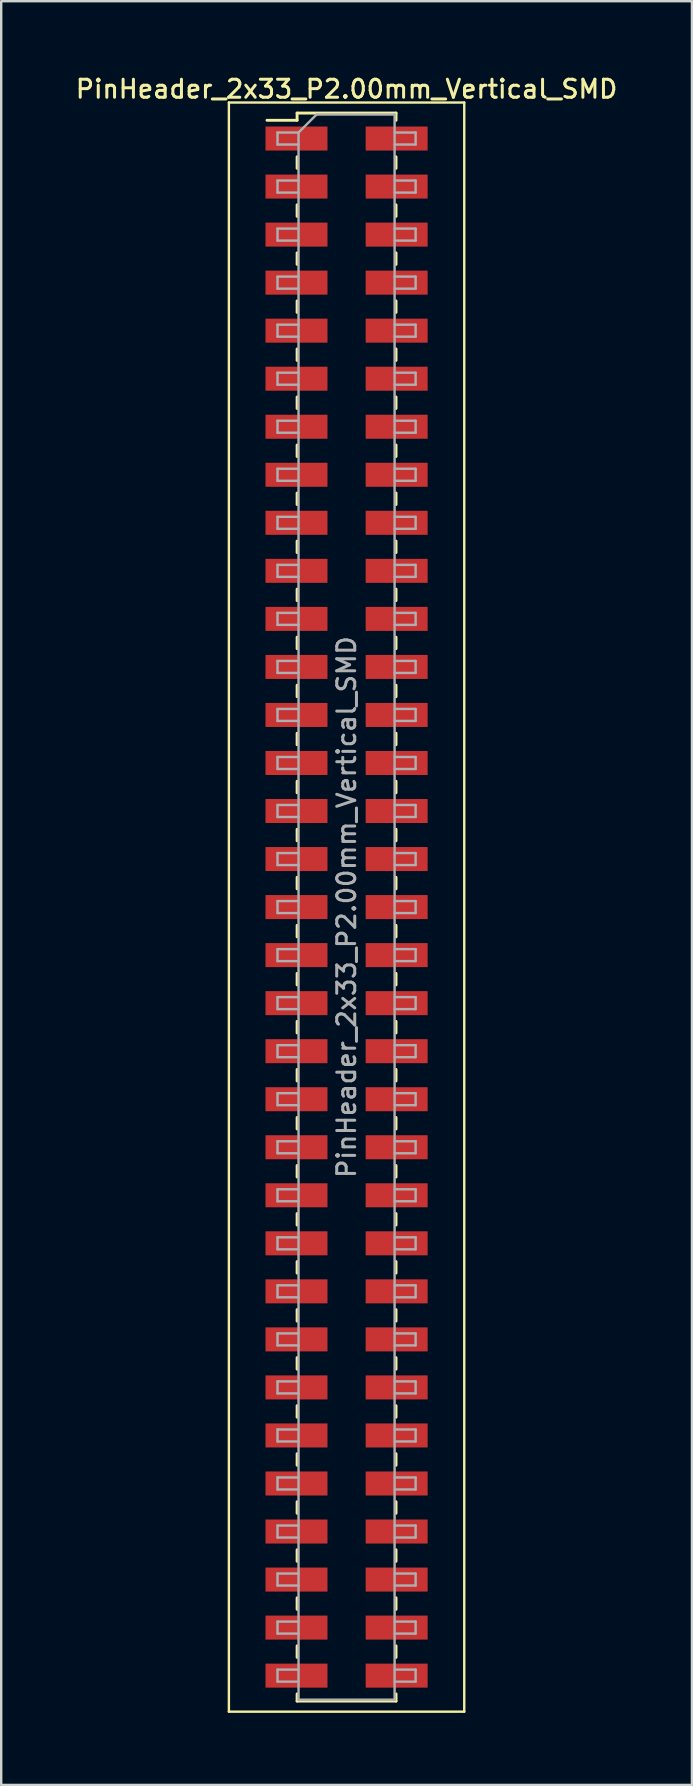
<source format=kicad_pcb>
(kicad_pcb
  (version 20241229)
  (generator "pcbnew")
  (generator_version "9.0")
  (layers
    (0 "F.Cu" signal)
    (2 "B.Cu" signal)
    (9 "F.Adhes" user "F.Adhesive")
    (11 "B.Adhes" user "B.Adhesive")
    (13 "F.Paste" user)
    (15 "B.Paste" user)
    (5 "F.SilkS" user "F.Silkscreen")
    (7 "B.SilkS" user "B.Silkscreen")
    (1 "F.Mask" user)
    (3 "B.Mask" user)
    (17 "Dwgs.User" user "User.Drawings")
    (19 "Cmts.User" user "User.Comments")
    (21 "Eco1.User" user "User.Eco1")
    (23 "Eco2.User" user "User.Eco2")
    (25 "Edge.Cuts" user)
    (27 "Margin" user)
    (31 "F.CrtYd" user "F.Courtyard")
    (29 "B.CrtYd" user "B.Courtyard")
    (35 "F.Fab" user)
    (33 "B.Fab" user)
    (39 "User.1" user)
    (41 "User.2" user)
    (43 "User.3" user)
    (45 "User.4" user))
  (footprint "PinHeader_2x33_P2.00mm_Vertical_SMD"
    (layer "F.Cu")
    (at 11.38 34.718)
    (property "Reference" "PinHeader_2x33_P2.00mm_Vertical_SMD" (at 0 -34.06 0) (layer "F.SilkS") (effects (font (size 0.75 0.75) (thickness 0.125))))
    (attr smd)
    (fp_line (start -4.9 -33.5) (end -4.9 33.5) (stroke (width 0.1) (type solid)) (layer "F.SilkS"))
    (fp_line (start -4.9 33.5) (end 4.9 33.5) (stroke (width 0.1) (type solid)) (layer "F.SilkS"))
    (fp_line (start -3.315 -32.76) (end -2.06 -32.76) (stroke (width 0.12) (type solid)) (layer "F.SilkS"))
    (fp_line (start -2.06 -33.06) (end -2.06 -32.76) (stroke (width 0.12) (type solid)) (layer "F.SilkS"))
    (fp_line (start -2.06 -33.06) (end 2.06 -33.06) (stroke (width 0.12) (type solid)) (layer "F.SilkS"))
    (fp_line (start -2.06 -31.24) (end -2.06 -30.76) (stroke (width 0.12) (type solid)) (layer "F.SilkS"))
    (fp_line (start -2.06 -29.24) (end -2.06 -28.76) (stroke (width 0.12) (type solid)) (layer "F.SilkS"))
    (fp_line (start -2.06 -27.24) (end -2.06 -26.76) (stroke (width 0.12) (type solid)) (layer "F.SilkS"))
    (fp_line (start -2.06 -25.24) (end -2.06 -24.76) (stroke (width 0.12) (type solid)) (layer "F.SilkS"))
    (fp_line (start -2.06 -23.24) (end -2.06 -22.76) (stroke (width 0.12) (type solid)) (layer "F.SilkS"))
    (fp_line (start -2.06 -21.24) (end -2.06 -20.76) (stroke (width 0.12) (type solid)) (layer "F.SilkS"))
    (fp_line (start -2.06 -19.24) (end -2.06 -18.76) (stroke (width 0.12) (type solid)) (layer "F.SilkS"))
    (fp_line (start -2.06 -17.24) (end -2.06 -16.76) (stroke (width 0.12) (type solid)) (layer "F.SilkS"))
    (fp_line (start -2.06 -15.24) (end -2.06 -14.76) (stroke (width 0.12) (type solid)) (layer "F.SilkS"))
    (fp_line (start -2.06 -13.24) (end -2.06 -12.76) (stroke (width 0.12) (type solid)) (layer "F.SilkS"))
    (fp_line (start -2.06 -11.24) (end -2.06 -10.76) (stroke (width 0.12) (type solid)) (layer "F.SilkS"))
    (fp_line (start -2.06 -9.24) (end -2.06 -8.76) (stroke (width 0.12) (type solid)) (layer "F.SilkS"))
    (fp_line (start -2.06 -7.24) (end -2.06 -6.76) (stroke (width 0.12) (type solid)) (layer "F.SilkS"))
    (fp_line (start -2.06 -5.24) (end -2.06 -4.76) (stroke (width 0.12) (type solid)) (layer "F.SilkS"))
    (fp_line (start -2.06 -3.24) (end -2.06 -2.76) (stroke (width 0.12) (type solid)) (layer "F.SilkS"))
    (fp_line (start -2.06 -1.24) (end -2.06 -0.76) (stroke (width 0.12) (type solid)) (layer "F.SilkS"))
    (fp_line (start -2.06 0.76) (end -2.06 1.24) (stroke (width 0.12) (type solid)) (layer "F.SilkS"))
    (fp_line (start -2.06 2.76) (end -2.06 3.24) (stroke (width 0.12) (type solid)) (layer "F.SilkS"))
    (fp_line (start -2.06 4.76) (end -2.06 5.24) (stroke (width 0.12) (type solid)) (layer "F.SilkS"))
    (fp_line (start -2.06 6.76) (end -2.06 7.24) (stroke (width 0.12) (type solid)) (layer "F.SilkS"))
    (fp_line (start -2.06 8.76) (end -2.06 9.24) (stroke (width 0.12) (type solid)) (layer "F.SilkS"))
    (fp_line (start -2.06 10.76) (end -2.06 11.24) (stroke (width 0.12) (type solid)) (layer "F.SilkS"))
    (fp_line (start -2.06 12.76) (end -2.06 13.24) (stroke (width 0.12) (type solid)) (layer "F.SilkS"))
    (fp_line (start -2.06 14.76) (end -2.06 15.24) (stroke (width 0.12) (type solid)) (layer "F.SilkS"))
    (fp_line (start -2.06 16.76) (end -2.06 17.24) (stroke (width 0.12) (type solid)) (layer "F.SilkS"))
    (fp_line (start -2.06 18.76) (end -2.06 19.24) (stroke (width 0.12) (type solid)) (layer "F.SilkS"))
    (fp_line (start -2.06 20.76) (end -2.06 21.24) (stroke (width 0.12) (type solid)) (layer "F.SilkS"))
    (fp_line (start -2.06 22.76) (end -2.06 23.24) (stroke (width 0.12) (type solid)) (layer "F.SilkS"))
    (fp_line (start -2.06 24.76) (end -2.06 25.24) (stroke (width 0.12) (type solid)) (layer "F.SilkS"))
    (fp_line (start -2.06 26.76) (end -2.06 27.24) (stroke (width 0.12) (type solid)) (layer "F.SilkS"))
    (fp_line (start -2.06 28.76) (end -2.06 29.24) (stroke (width 0.12) (type solid)) (layer "F.SilkS"))
    (fp_line (start -2.06 30.76) (end -2.06 31.24) (stroke (width 0.12) (type solid)) (layer "F.SilkS"))
    (fp_line (start -2.06 32.76) (end -2.06 33.06) (stroke (width 0.12) (type solid)) (layer "F.SilkS"))
    (fp_line (start -2.06 33.06) (end 2.06 33.06) (stroke (width 0.12) (type solid)) (layer "F.SilkS"))
    (fp_line (start 2.06 -33.06) (end 2.06 -32.76) (stroke (width 0.12) (type solid)) (layer "F.SilkS"))
    (fp_line (start 2.06 -31.24) (end 2.06 -30.76) (stroke (width 0.12) (type solid)) (layer "F.SilkS"))
    (fp_line (start 2.06 -29.24) (end 2.06 -28.76) (stroke (width 0.12) (type solid)) (layer "F.SilkS"))
    (fp_line (start 2.06 -27.24) (end 2.06 -26.76) (stroke (width 0.12) (type solid)) (layer "F.SilkS"))
    (fp_line (start 2.06 -25.24) (end 2.06 -24.76) (stroke (width 0.12) (type solid)) (layer "F.SilkS"))
    (fp_line (start 2.06 -23.24) (end 2.06 -22.76) (stroke (width 0.12) (type solid)) (layer "F.SilkS"))
    (fp_line (start 2.06 -21.24) (end 2.06 -20.76) (stroke (width 0.12) (type solid)) (layer "F.SilkS"))
    (fp_line (start 2.06 -19.24) (end 2.06 -18.76) (stroke (width 0.12) (type solid)) (layer "F.SilkS"))
    (fp_line (start 2.06 -17.24) (end 2.06 -16.76) (stroke (width 0.12) (type solid)) (layer "F.SilkS"))
    (fp_line (start 2.06 -15.24) (end 2.06 -14.76) (stroke (width 0.12) (type solid)) (layer "F.SilkS"))
    (fp_line (start 2.06 -13.24) (end 2.06 -12.76) (stroke (width 0.12) (type solid)) (layer "F.SilkS"))
    (fp_line (start 2.06 -11.24) (end 2.06 -10.76) (stroke (width 0.12) (type solid)) (layer "F.SilkS"))
    (fp_line (start 2.06 -9.24) (end 2.06 -8.76) (stroke (width 0.12) (type solid)) (layer "F.SilkS"))
    (fp_line (start 2.06 -7.24) (end 2.06 -6.76) (stroke (width 0.12) (type solid)) (layer "F.SilkS"))
    (fp_line (start 2.06 -5.24) (end 2.06 -4.76) (stroke (width 0.12) (type solid)) (layer "F.SilkS"))
    (fp_line (start 2.06 -3.24) (end 2.06 -2.76) (stroke (width 0.12) (type solid)) (layer "F.SilkS"))
    (fp_line (start 2.06 -1.24) (end 2.06 -0.76) (stroke (width 0.12) (type solid)) (layer "F.SilkS"))
    (fp_line (start 2.06 0.76) (end 2.06 1.24) (stroke (width 0.12) (type solid)) (layer "F.SilkS"))
    (fp_line (start 2.06 2.76) (end 2.06 3.24) (stroke (width 0.12) (type solid)) (layer "F.SilkS"))
    (fp_line (start 2.06 4.76) (end 2.06 5.24) (stroke (width 0.12) (type solid)) (layer "F.SilkS"))
    (fp_line (start 2.06 6.76) (end 2.06 7.24) (stroke (width 0.12) (type solid)) (layer "F.SilkS"))
    (fp_line (start 2.06 8.76) (end 2.06 9.24) (stroke (width 0.12) (type solid)) (layer "F.SilkS"))
    (fp_line (start 2.06 10.76) (end 2.06 11.24) (stroke (width 0.12) (type solid)) (layer "F.SilkS"))
    (fp_line (start 2.06 12.76) (end 2.06 13.24) (stroke (width 0.12) (type solid)) (layer "F.SilkS"))
    (fp_line (start 2.06 14.76) (end 2.06 15.24) (stroke (width 0.12) (type solid)) (layer "F.SilkS"))
    (fp_line (start 2.06 16.76) (end 2.06 17.24) (stroke (width 0.12) (type solid)) (layer "F.SilkS"))
    (fp_line (start 2.06 18.76) (end 2.06 19.24) (stroke (width 0.12) (type solid)) (layer "F.SilkS"))
    (fp_line (start 2.06 20.76) (end 2.06 21.24) (stroke (width 0.12) (type solid)) (layer "F.SilkS"))
    (fp_line (start 2.06 22.76) (end 2.06 23.24) (stroke (width 0.12) (type solid)) (layer "F.SilkS"))
    (fp_line (start 2.06 24.76) (end 2.06 25.24) (stroke (width 0.12) (type solid)) (layer "F.SilkS"))
    (fp_line (start 2.06 26.76) (end 2.06 27.24) (stroke (width 0.12) (type solid)) (layer "F.SilkS"))
    (fp_line (start 2.06 28.76) (end 2.06 29.24) (stroke (width 0.12) (type solid)) (layer "F.SilkS"))
    (fp_line (start 2.06 30.76) (end 2.06 31.24) (stroke (width 0.12) (type solid)) (layer "F.SilkS"))
    (fp_line (start 2.06 32.76) (end 2.06 33.06) (stroke (width 0.12) (type solid)) (layer "F.SilkS"))
    (fp_line (start 4.9 -33.5) (end -4.9 -33.5) (stroke (width 0.1) (type solid)) (layer "F.SilkS"))
    (fp_line (start 4.9 33.5) (end 4.9 -33.5) (stroke (width 0.1) (type solid)) (layer "F.SilkS"))
    (fp_line (start -2.875 -32.25) (end -2.875 -31.75) (stroke (width 0.1) (type solid)) (layer "F.Fab"))
    (fp_line (start -2.875 -31.75) (end -2 -31.75) (stroke (width 0.1) (type solid)) (layer "F.Fab"))
    (fp_line (start -2.875 -30.25) (end -2.875 -29.75) (stroke (width 0.1) (type solid)) (layer "F.Fab"))
    (fp_line (start -2.875 -29.75) (end -2 -29.75) (stroke (width 0.1) (type solid)) (layer "F.Fab"))
    (fp_line (start -2.875 -28.25) (end -2.875 -27.75) (stroke (width 0.1) (type solid)) (layer "F.Fab"))
    (fp_line (start -2.875 -27.75) (end -2 -27.75) (stroke (width 0.1) (type solid)) (layer "F.Fab"))
    (fp_line (start -2.875 -26.25) (end -2.875 -25.75) (stroke (width 0.1) (type solid)) (layer "F.Fab"))
    (fp_line (start -2.875 -25.75) (end -2 -25.75) (stroke (width 0.1) (type solid)) (layer "F.Fab"))
    (fp_line (start -2.875 -24.25) (end -2.875 -23.75) (stroke (width 0.1) (type solid)) (layer "F.Fab"))
    (fp_line (start -2.875 -23.75) (end -2 -23.75) (stroke (width 0.1) (type solid)) (layer "F.Fab"))
    (fp_line (start -2.875 -22.25) (end -2.875 -21.75) (stroke (width 0.1) (type solid)) (layer "F.Fab"))
    (fp_line (start -2.875 -21.75) (end -2 -21.75) (stroke (width 0.1) (type solid)) (layer "F.Fab"))
    (fp_line (start -2.875 -20.25) (end -2.875 -19.75) (stroke (width 0.1) (type solid)) (layer "F.Fab"))
    (fp_line (start -2.875 -19.75) (end -2 -19.75) (stroke (width 0.1) (type solid)) (layer "F.Fab"))
    (fp_line (start -2.875 -18.25) (end -2.875 -17.75) (stroke (width 0.1) (type solid)) (layer "F.Fab"))
    (fp_line (start -2.875 -17.75) (end -2 -17.75) (stroke (width 0.1) (type solid)) (layer "F.Fab"))
    (fp_line (start -2.875 -16.25) (end -2.875 -15.75) (stroke (width 0.1) (type solid)) (layer "F.Fab"))
    (fp_line (start -2.875 -15.75) (end -2 -15.75) (stroke (width 0.1) (type solid)) (layer "F.Fab"))
    (fp_line (start -2.875 -14.25) (end -2.875 -13.75) (stroke (width 0.1) (type solid)) (layer "F.Fab"))
    (fp_line (start -2.875 -13.75) (end -2 -13.75) (stroke (width 0.1) (type solid)) (layer "F.Fab"))
    (fp_line (start -2.875 -12.25) (end -2.875 -11.75) (stroke (width 0.1) (type solid)) (layer "F.Fab"))
    (fp_line (start -2.875 -11.75) (end -2 -11.75) (stroke (width 0.1) (type solid)) (layer "F.Fab"))
    (fp_line (start -2.875 -10.25) (end -2.875 -9.75) (stroke (width 0.1) (type solid)) (layer "F.Fab"))
    (fp_line (start -2.875 -9.75) (end -2 -9.75) (stroke (width 0.1) (type solid)) (layer "F.Fab"))
    (fp_line (start -2.875 -8.25) (end -2.875 -7.75) (stroke (width 0.1) (type solid)) (layer "F.Fab"))
    (fp_line (start -2.875 -7.75) (end -2 -7.75) (stroke (width 0.1) (type solid)) (layer "F.Fab"))
    (fp_line (start -2.875 -6.25) (end -2.875 -5.75) (stroke (width 0.1) (type solid)) (layer "F.Fab"))
    (fp_line (start -2.875 -5.75) (end -2 -5.75) (stroke (width 0.1) (type solid)) (layer "F.Fab"))
    (fp_line (start -2.875 -4.25) (end -2.875 -3.75) (stroke (width 0.1) (type solid)) (layer "F.Fab"))
    (fp_line (start -2.875 -3.75) (end -2 -3.75) (stroke (width 0.1) (type solid)) (layer "F.Fab"))
    (fp_line (start -2.875 -2.25) (end -2.875 -1.75) (stroke (width 0.1) (type solid)) (layer "F.Fab"))
    (fp_line (start -2.875 -1.75) (end -2 -1.75) (stroke (width 0.1) (type solid)) (layer "F.Fab"))
    (fp_line (start -2.875 -0.25) (end -2.875 0.25) (stroke (width 0.1) (type solid)) (layer "F.Fab"))
    (fp_line (start -2.875 0.25) (end -2 0.25) (stroke (width 0.1) (type solid)) (layer "F.Fab"))
    (fp_line (start -2.875 1.75) (end -2.875 2.25) (stroke (width 0.1) (type solid)) (layer "F.Fab"))
    (fp_line (start -2.875 2.25) (end -2 2.25) (stroke (width 0.1) (type solid)) (layer "F.Fab"))
    (fp_line (start -2.875 3.75) (end -2.875 4.25) (stroke (width 0.1) (type solid)) (layer "F.Fab"))
    (fp_line (start -2.875 4.25) (end -2 4.25) (stroke (width 0.1) (type solid)) (layer "F.Fab"))
    (fp_line (start -2.875 5.75) (end -2.875 6.25) (stroke (width 0.1) (type solid)) (layer "F.Fab"))
    (fp_line (start -2.875 6.25) (end -2 6.25) (stroke (width 0.1) (type solid)) (layer "F.Fab"))
    (fp_line (start -2.875 7.75) (end -2.875 8.25) (stroke (width 0.1) (type solid)) (layer "F.Fab"))
    (fp_line (start -2.875 8.25) (end -2 8.25) (stroke (width 0.1) (type solid)) (layer "F.Fab"))
    (fp_line (start -2.875 9.75) (end -2.875 10.25) (stroke (width 0.1) (type solid)) (layer "F.Fab"))
    (fp_line (start -2.875 10.25) (end -2 10.25) (stroke (width 0.1) (type solid)) (layer "F.Fab"))
    (fp_line (start -2.875 11.75) (end -2.875 12.25) (stroke (width 0.1) (type solid)) (layer "F.Fab"))
    (fp_line (start -2.875 12.25) (end -2 12.25) (stroke (width 0.1) (type solid)) (layer "F.Fab"))
    (fp_line (start -2.875 13.75) (end -2.875 14.25) (stroke (width 0.1) (type solid)) (layer "F.Fab"))
    (fp_line (start -2.875 14.25) (end -2 14.25) (stroke (width 0.1) (type solid)) (layer "F.Fab"))
    (fp_line (start -2.875 15.75) (end -2.875 16.25) (stroke (width 0.1) (type solid)) (layer "F.Fab"))
    (fp_line (start -2.875 16.25) (end -2 16.25) (stroke (width 0.1) (type solid)) (layer "F.Fab"))
    (fp_line (start -2.875 17.75) (end -2.875 18.25) (stroke (width 0.1) (type solid)) (layer "F.Fab"))
    (fp_line (start -2.875 18.25) (end -2 18.25) (stroke (width 0.1) (type solid)) (layer "F.Fab"))
    (fp_line (start -2.875 19.75) (end -2.875 20.25) (stroke (width 0.1) (type solid)) (layer "F.Fab"))
    (fp_line (start -2.875 20.25) (end -2 20.25) (stroke (width 0.1) (type solid)) (layer "F.Fab"))
    (fp_line (start -2.875 21.75) (end -2.875 22.25) (stroke (width 0.1) (type solid)) (layer "F.Fab"))
    (fp_line (start -2.875 22.25) (end -2 22.25) (stroke (width 0.1) (type solid)) (layer "F.Fab"))
    (fp_line (start -2.875 23.75) (end -2.875 24.25) (stroke (width 0.1) (type solid)) (layer "F.Fab"))
    (fp_line (start -2.875 24.25) (end -2 24.25) (stroke (width 0.1) (type solid)) (layer "F.Fab"))
    (fp_line (start -2.875 25.75) (end -2.875 26.25) (stroke (width 0.1) (type solid)) (layer "F.Fab"))
    (fp_line (start -2.875 26.25) (end -2 26.25) (stroke (width 0.1) (type solid)) (layer "F.Fab"))
    (fp_line (start -2.875 27.75) (end -2.875 28.25) (stroke (width 0.1) (type solid)) (layer "F.Fab"))
    (fp_line (start -2.875 28.25) (end -2 28.25) (stroke (width 0.1) (type solid)) (layer "F.Fab"))
    (fp_line (start -2.875 29.75) (end -2.875 30.25) (stroke (width 0.1) (type solid)) (layer "F.Fab"))
    (fp_line (start -2.875 30.25) (end -2 30.25) (stroke (width 0.1) (type solid)) (layer "F.Fab"))
    (fp_line (start -2.875 31.75) (end -2.875 32.25) (stroke (width 0.1) (type solid)) (layer "F.Fab"))
    (fp_line (start -2.875 32.25) (end -2 32.25) (stroke (width 0.1) (type solid)) (layer "F.Fab"))
    (fp_line (start -2 -32.25) (end -2.875 -32.25) (stroke (width 0.1) (type solid)) (layer "F.Fab"))
    (fp_line (start -2 -32.25) (end -1.25 -33) (stroke (width 0.1) (type solid)) (layer "F.Fab"))
    (fp_line (start -2 -30.25) (end -2.875 -30.25) (stroke (width 0.1) (type solid)) (layer "F.Fab"))
    (fp_line (start -2 -28.25) (end -2.875 -28.25) (stroke (width 0.1) (type solid)) (layer "F.Fab"))
    (fp_line (start -2 -26.25) (end -2.875 -26.25) (stroke (width 0.1) (type solid)) (layer "F.Fab"))
    (fp_line (start -2 -24.25) (end -2.875 -24.25) (stroke (width 0.1) (type solid)) (layer "F.Fab"))
    (fp_line (start -2 -22.25) (end -2.875 -22.25) (stroke (width 0.1) (type solid)) (layer "F.Fab"))
    (fp_line (start -2 -20.25) (end -2.875 -20.25) (stroke (width 0.1) (type solid)) (layer "F.Fab"))
    (fp_line (start -2 -18.25) (end -2.875 -18.25) (stroke (width 0.1) (type solid)) (layer "F.Fab"))
    (fp_line (start -2 -16.25) (end -2.875 -16.25) (stroke (width 0.1) (type solid)) (layer "F.Fab"))
    (fp_line (start -2 -14.25) (end -2.875 -14.25) (stroke (width 0.1) (type solid)) (layer "F.Fab"))
    (fp_line (start -2 -12.25) (end -2.875 -12.25) (stroke (width 0.1) (type solid)) (layer "F.Fab"))
    (fp_line (start -2 -10.25) (end -2.875 -10.25) (stroke (width 0.1) (type solid)) (layer "F.Fab"))
    (fp_line (start -2 -8.25) (end -2.875 -8.25) (stroke (width 0.1) (type solid)) (layer "F.Fab"))
    (fp_line (start -2 -6.25) (end -2.875 -6.25) (stroke (width 0.1) (type solid)) (layer "F.Fab"))
    (fp_line (start -2 -4.25) (end -2.875 -4.25) (stroke (width 0.1) (type solid)) (layer "F.Fab"))
    (fp_line (start -2 -2.25) (end -2.875 -2.25) (stroke (width 0.1) (type solid)) (layer "F.Fab"))
    (fp_line (start -2 -0.25) (end -2.875 -0.25) (stroke (width 0.1) (type solid)) (layer "F.Fab"))
    (fp_line (start -2 1.75) (end -2.875 1.75) (stroke (width 0.1) (type solid)) (layer "F.Fab"))
    (fp_line (start -2 3.75) (end -2.875 3.75) (stroke (width 0.1) (type solid)) (layer "F.Fab"))
    (fp_line (start -2 5.75) (end -2.875 5.75) (stroke (width 0.1) (type solid)) (layer "F.Fab"))
    (fp_line (start -2 7.75) (end -2.875 7.75) (stroke (width 0.1) (type solid)) (layer "F.Fab"))
    (fp_line (start -2 9.75) (end -2.875 9.75) (stroke (width 0.1) (type solid)) (layer "F.Fab"))
    (fp_line (start -2 11.75) (end -2.875 11.75) (stroke (width 0.1) (type solid)) (layer "F.Fab"))
    (fp_line (start -2 13.75) (end -2.875 13.75) (stroke (width 0.1) (type solid)) (layer "F.Fab"))
    (fp_line (start -2 15.75) (end -2.875 15.75) (stroke (width 0.1) (type solid)) (layer "F.Fab"))
    (fp_line (start -2 17.75) (end -2.875 17.75) (stroke (width 0.1) (type solid)) (layer "F.Fab"))
    (fp_line (start -2 19.75) (end -2.875 19.75) (stroke (width 0.1) (type solid)) (layer "F.Fab"))
    (fp_line (start -2 21.75) (end -2.875 21.75) (stroke (width 0.1) (type solid)) (layer "F.Fab"))
    (fp_line (start -2 23.75) (end -2.875 23.75) (stroke (width 0.1) (type solid)) (layer "F.Fab"))
    (fp_line (start -2 25.75) (end -2.875 25.75) (stroke (width 0.1) (type solid)) (layer "F.Fab"))
    (fp_line (start -2 27.75) (end -2.875 27.75) (stroke (width 0.1) (type solid)) (layer "F.Fab"))
    (fp_line (start -2 29.75) (end -2.875 29.75) (stroke (width 0.1) (type solid)) (layer "F.Fab"))
    (fp_line (start -2 31.75) (end -2.875 31.75) (stroke (width 0.1) (type solid)) (layer "F.Fab"))
    (fp_line (start -2 33) (end -2 -32.25) (stroke (width 0.1) (type solid)) (layer "F.Fab"))
    (fp_line (start -1.25 -33) (end 2 -33) (stroke (width 0.1) (type solid)) (layer "F.Fab"))
    (fp_line (start 2 -33) (end 2 33) (stroke (width 0.1) (type solid)) (layer "F.Fab"))
    (fp_line (start 2 -32.25) (end 2.875 -32.25) (stroke (width 0.1) (type solid)) (layer "F.Fab"))
    (fp_line (start 2 -30.25) (end 2.875 -30.25) (stroke (width 0.1) (type solid)) (layer "F.Fab"))
    (fp_line (start 2 -28.25) (end 2.875 -28.25) (stroke (width 0.1) (type solid)) (layer "F.Fab"))
    (fp_line (start 2 -26.25) (end 2.875 -26.25) (stroke (width 0.1) (type solid)) (layer "F.Fab"))
    (fp_line (start 2 -24.25) (end 2.875 -24.25) (stroke (width 0.1) (type solid)) (layer "F.Fab"))
    (fp_line (start 2 -22.25) (end 2.875 -22.25) (stroke (width 0.1) (type solid)) (layer "F.Fab"))
    (fp_line (start 2 -20.25) (end 2.875 -20.25) (stroke (width 0.1) (type solid)) (layer "F.Fab"))
    (fp_line (start 2 -18.25) (end 2.875 -18.25) (stroke (width 0.1) (type solid)) (layer "F.Fab"))
    (fp_line (start 2 -16.25) (end 2.875 -16.25) (stroke (width 0.1) (type solid)) (layer "F.Fab"))
    (fp_line (start 2 -14.25) (end 2.875 -14.25) (stroke (width 0.1) (type solid)) (layer "F.Fab"))
    (fp_line (start 2 -12.25) (end 2.875 -12.25) (stroke (width 0.1) (type solid)) (layer "F.Fab"))
    (fp_line (start 2 -10.25) (end 2.875 -10.25) (stroke (width 0.1) (type solid)) (layer "F.Fab"))
    (fp_line (start 2 -8.25) (end 2.875 -8.25) (stroke (width 0.1) (type solid)) (layer "F.Fab"))
    (fp_line (start 2 -6.25) (end 2.875 -6.25) (stroke (width 0.1) (type solid)) (layer "F.Fab"))
    (fp_line (start 2 -4.25) (end 2.875 -4.25) (stroke (width 0.1) (type solid)) (layer "F.Fab"))
    (fp_line (start 2 -2.25) (end 2.875 -2.25) (stroke (width 0.1) (type solid)) (layer "F.Fab"))
    (fp_line (start 2 -0.25) (end 2.875 -0.25) (stroke (width 0.1) (type solid)) (layer "F.Fab"))
    (fp_line (start 2 1.75) (end 2.875 1.75) (stroke (width 0.1) (type solid)) (layer "F.Fab"))
    (fp_line (start 2 3.75) (end 2.875 3.75) (stroke (width 0.1) (type solid)) (layer "F.Fab"))
    (fp_line (start 2 5.75) (end 2.875 5.75) (stroke (width 0.1) (type solid)) (layer "F.Fab"))
    (fp_line (start 2 7.75) (end 2.875 7.75) (stroke (width 0.1) (type solid)) (layer "F.Fab"))
    (fp_line (start 2 9.75) (end 2.875 9.75) (stroke (width 0.1) (type solid)) (layer "F.Fab"))
    (fp_line (start 2 11.75) (end 2.875 11.75) (stroke (width 0.1) (type solid)) (layer "F.Fab"))
    (fp_line (start 2 13.75) (end 2.875 13.75) (stroke (width 0.1) (type solid)) (layer "F.Fab"))
    (fp_line (start 2 15.75) (end 2.875 15.75) (stroke (width 0.1) (type solid)) (layer "F.Fab"))
    (fp_line (start 2 17.75) (end 2.875 17.75) (stroke (width 0.1) (type solid)) (layer "F.Fab"))
    (fp_line (start 2 19.75) (end 2.875 19.75) (stroke (width 0.1) (type solid)) (layer "F.Fab"))
    (fp_line (start 2 21.75) (end 2.875 21.75) (stroke (width 0.1) (type solid)) (layer "F.Fab"))
    (fp_line (start 2 23.75) (end 2.875 23.75) (stroke (width 0.1) (type solid)) (layer "F.Fab"))
    (fp_line (start 2 25.75) (end 2.875 25.75) (stroke (width 0.1) (type solid)) (layer "F.Fab"))
    (fp_line (start 2 27.75) (end 2.875 27.75) (stroke (width 0.1) (type solid)) (layer "F.Fab"))
    (fp_line (start 2 29.75) (end 2.875 29.75) (stroke (width 0.1) (type solid)) (layer "F.Fab"))
    (fp_line (start 2 31.75) (end 2.875 31.75) (stroke (width 0.1) (type solid)) (layer "F.Fab"))
    (fp_line (start 2 33) (end -2 33) (stroke (width 0.1) (type solid)) (layer "F.Fab"))
    (fp_line (start 2.875 -32.25) (end 2.875 -31.75) (stroke (width 0.1) (type solid)) (layer "F.Fab"))
    (fp_line (start 2.875 -31.75) (end 2 -31.75) (stroke (width 0.1) (type solid)) (layer "F.Fab"))
    (fp_line (start 2.875 -30.25) (end 2.875 -29.75) (stroke (width 0.1) (type solid)) (layer "F.Fab"))
    (fp_line (start 2.875 -29.75) (end 2 -29.75) (stroke (width 0.1) (type solid)) (layer "F.Fab"))
    (fp_line (start 2.875 -28.25) (end 2.875 -27.75) (stroke (width 0.1) (type solid)) (layer "F.Fab"))
    (fp_line (start 2.875 -27.75) (end 2 -27.75) (stroke (width 0.1) (type solid)) (layer "F.Fab"))
    (fp_line (start 2.875 -26.25) (end 2.875 -25.75) (stroke (width 0.1) (type solid)) (layer "F.Fab"))
    (fp_line (start 2.875 -25.75) (end 2 -25.75) (stroke (width 0.1) (type solid)) (layer "F.Fab"))
    (fp_line (start 2.875 -24.25) (end 2.875 -23.75) (stroke (width 0.1) (type solid)) (layer "F.Fab"))
    (fp_line (start 2.875 -23.75) (end 2 -23.75) (stroke (width 0.1) (type solid)) (layer "F.Fab"))
    (fp_line (start 2.875 -22.25) (end 2.875 -21.75) (stroke (width 0.1) (type solid)) (layer "F.Fab"))
    (fp_line (start 2.875 -21.75) (end 2 -21.75) (stroke (width 0.1) (type solid)) (layer "F.Fab"))
    (fp_line (start 2.875 -20.25) (end 2.875 -19.75) (stroke (width 0.1) (type solid)) (layer "F.Fab"))
    (fp_line (start 2.875 -19.75) (end 2 -19.75) (stroke (width 0.1) (type solid)) (layer "F.Fab"))
    (fp_line (start 2.875 -18.25) (end 2.875 -17.75) (stroke (width 0.1) (type solid)) (layer "F.Fab"))
    (fp_line (start 2.875 -17.75) (end 2 -17.75) (stroke (width 0.1) (type solid)) (layer "F.Fab"))
    (fp_line (start 2.875 -16.25) (end 2.875 -15.75) (stroke (width 0.1) (type solid)) (layer "F.Fab"))
    (fp_line (start 2.875 -15.75) (end 2 -15.75) (stroke (width 0.1) (type solid)) (layer "F.Fab"))
    (fp_line (start 2.875 -14.25) (end 2.875 -13.75) (stroke (width 0.1) (type solid)) (layer "F.Fab"))
    (fp_line (start 2.875 -13.75) (end 2 -13.75) (stroke (width 0.1) (type solid)) (layer "F.Fab"))
    (fp_line (start 2.875 -12.25) (end 2.875 -11.75) (stroke (width 0.1) (type solid)) (layer "F.Fab"))
    (fp_line (start 2.875 -11.75) (end 2 -11.75) (stroke (width 0.1) (type solid)) (layer "F.Fab"))
    (fp_line (start 2.875 -10.25) (end 2.875 -9.75) (stroke (width 0.1) (type solid)) (layer "F.Fab"))
    (fp_line (start 2.875 -9.75) (end 2 -9.75) (stroke (width 0.1) (type solid)) (layer "F.Fab"))
    (fp_line (start 2.875 -8.25) (end 2.875 -7.75) (stroke (width 0.1) (type solid)) (layer "F.Fab"))
    (fp_line (start 2.875 -7.75) (end 2 -7.75) (stroke (width 0.1) (type solid)) (layer "F.Fab"))
    (fp_line (start 2.875 -6.25) (end 2.875 -5.75) (stroke (width 0.1) (type solid)) (layer "F.Fab"))
    (fp_line (start 2.875 -5.75) (end 2 -5.75) (stroke (width 0.1) (type solid)) (layer "F.Fab"))
    (fp_line (start 2.875 -4.25) (end 2.875 -3.75) (stroke (width 0.1) (type solid)) (layer "F.Fab"))
    (fp_line (start 2.875 -3.75) (end 2 -3.75) (stroke (width 0.1) (type solid)) (layer "F.Fab"))
    (fp_line (start 2.875 -2.25) (end 2.875 -1.75) (stroke (width 0.1) (type solid)) (layer "F.Fab"))
    (fp_line (start 2.875 -1.75) (end 2 -1.75) (stroke (width 0.1) (type solid)) (layer "F.Fab"))
    (fp_line (start 2.875 -0.25) (end 2.875 0.25) (stroke (width 0.1) (type solid)) (layer "F.Fab"))
    (fp_line (start 2.875 0.25) (end 2 0.25) (stroke (width 0.1) (type solid)) (layer "F.Fab"))
    (fp_line (start 2.875 1.75) (end 2.875 2.25) (stroke (width 0.1) (type solid)) (layer "F.Fab"))
    (fp_line (start 2.875 2.25) (end 2 2.25) (stroke (width 0.1) (type solid)) (layer "F.Fab"))
    (fp_line (start 2.875 3.75) (end 2.875 4.25) (stroke (width 0.1) (type solid)) (layer "F.Fab"))
    (fp_line (start 2.875 4.25) (end 2 4.25) (stroke (width 0.1) (type solid)) (layer "F.Fab"))
    (fp_line (start 2.875 5.75) (end 2.875 6.25) (stroke (width 0.1) (type solid)) (layer "F.Fab"))
    (fp_line (start 2.875 6.25) (end 2 6.25) (stroke (width 0.1) (type solid)) (layer "F.Fab"))
    (fp_line (start 2.875 7.75) (end 2.875 8.25) (stroke (width 0.1) (type solid)) (layer "F.Fab"))
    (fp_line (start 2.875 8.25) (end 2 8.25) (stroke (width 0.1) (type solid)) (layer "F.Fab"))
    (fp_line (start 2.875 9.75) (end 2.875 10.25) (stroke (width 0.1) (type solid)) (layer "F.Fab"))
    (fp_line (start 2.875 10.25) (end 2 10.25) (stroke (width 0.1) (type solid)) (layer "F.Fab"))
    (fp_line (start 2.875 11.75) (end 2.875 12.25) (stroke (width 0.1) (type solid)) (layer "F.Fab"))
    (fp_line (start 2.875 12.25) (end 2 12.25) (stroke (width 0.1) (type solid)) (layer "F.Fab"))
    (fp_line (start 2.875 13.75) (end 2.875 14.25) (stroke (width 0.1) (type solid)) (layer "F.Fab"))
    (fp_line (start 2.875 14.25) (end 2 14.25) (stroke (width 0.1) (type solid)) (layer "F.Fab"))
    (fp_line (start 2.875 15.75) (end 2.875 16.25) (stroke (width 0.1) (type solid)) (layer "F.Fab"))
    (fp_line (start 2.875 16.25) (end 2 16.25) (stroke (width 0.1) (type solid)) (layer "F.Fab"))
    (fp_line (start 2.875 17.75) (end 2.875 18.25) (stroke (width 0.1) (type solid)) (layer "F.Fab"))
    (fp_line (start 2.875 18.25) (end 2 18.25) (stroke (width 0.1) (type solid)) (layer "F.Fab"))
    (fp_line (start 2.875 19.75) (end 2.875 20.25) (stroke (width 0.1) (type solid)) (layer "F.Fab"))
    (fp_line (start 2.875 20.25) (end 2 20.25) (stroke (width 0.1) (type solid)) (layer "F.Fab"))
    (fp_line (start 2.875 21.75) (end 2.875 22.25) (stroke (width 0.1) (type solid)) (layer "F.Fab"))
    (fp_line (start 2.875 22.25) (end 2 22.25) (stroke (width 0.1) (type solid)) (layer "F.Fab"))
    (fp_line (start 2.875 23.75) (end 2.875 24.25) (stroke (width 0.1) (type solid)) (layer "F.Fab"))
    (fp_line (start 2.875 24.25) (end 2 24.25) (stroke (width 0.1) (type solid)) (layer "F.Fab"))
    (fp_line (start 2.875 25.75) (end 2.875 26.25) (stroke (width 0.1) (type solid)) (layer "F.Fab"))
    (fp_line (start 2.875 26.25) (end 2 26.25) (stroke (width 0.1) (type solid)) (layer "F.Fab"))
    (fp_line (start 2.875 27.75) (end 2.875 28.25) (stroke (width 0.1) (type solid)) (layer "F.Fab"))
    (fp_line (start 2.875 28.25) (end 2 28.25) (stroke (width 0.1) (type solid)) (layer "F.Fab"))
    (fp_line (start 2.875 29.75) (end 2.875 30.25) (stroke (width 0.1) (type solid)) (layer "F.Fab"))
    (fp_line (start 2.875 30.25) (end 2 30.25) (stroke (width 0.1) (type solid)) (layer "F.Fab"))
    (fp_line (start 2.875 31.75) (end 2.875 32.25) (stroke (width 0.1) (type solid)) (layer "F.Fab"))
    (fp_line (start 2.875 32.25) (end 2 32.25) (stroke (width 0.1) (type solid)) (layer "F.Fab"))
    (fp_text user "${REFERENCE}" (at 0 0 90) (layer "F.Fab") (effects (font (size 0.75 0.75) (thickness 0.125))))
    (pad "1" smd rect (at -2.085 -32) (size 2.58 1) (layers "F.Cu" "F.Mask" "F.Paste"))
    (pad "2" smd rect (at 2.085 -32) (size 2.58 1) (layers "F.Cu" "F.Mask" "F.Paste"))
    (pad "3" smd rect (at -2.085 -30) (size 2.58 1) (layers "F.Cu" "F.Mask" "F.Paste"))
    (pad "4" smd rect (at 2.085 -30) (size 2.58 1) (layers "F.Cu" "F.Mask" "F.Paste"))
    (pad "5" smd rect (at -2.085 -28) (size 2.58 1) (layers "F.Cu" "F.Mask" "F.Paste"))
    (pad "6" smd rect (at 2.085 -28) (size 2.58 1) (layers "F.Cu" "F.Mask" "F.Paste"))
    (pad "7" smd rect (at -2.085 -26) (size 2.58 1) (layers "F.Cu" "F.Mask" "F.Paste"))
    (pad "8" smd rect (at 2.085 -26) (size 2.58 1) (layers "F.Cu" "F.Mask" "F.Paste"))
    (pad "9" smd rect (at -2.085 -24) (size 2.58 1) (layers "F.Cu" "F.Mask" "F.Paste"))
    (pad "10" smd rect (at 2.085 -24) (size 2.58 1) (layers "F.Cu" "F.Mask" "F.Paste"))
    (pad "11" smd rect (at -2.085 -22) (size 2.58 1) (layers "F.Cu" "F.Mask" "F.Paste"))
    (pad "12" smd rect (at 2.085 -22) (size 2.58 1) (layers "F.Cu" "F.Mask" "F.Paste"))
    (pad "13" smd rect (at -2.085 -20) (size 2.58 1) (layers "F.Cu" "F.Mask" "F.Paste"))
    (pad "14" smd rect (at 2.085 -20) (size 2.58 1) (layers "F.Cu" "F.Mask" "F.Paste"))
    (pad "15" smd rect (at -2.085 -18) (size 2.58 1) (layers "F.Cu" "F.Mask" "F.Paste"))
    (pad "16" smd rect (at 2.085 -18) (size 2.58 1) (layers "F.Cu" "F.Mask" "F.Paste"))
    (pad "17" smd rect (at -2.085 -16) (size 2.58 1) (layers "F.Cu" "F.Mask" "F.Paste"))
    (pad "18" smd rect (at 2.085 -16) (size 2.58 1) (layers "F.Cu" "F.Mask" "F.Paste"))
    (pad "19" smd rect (at -2.085 -14) (size 2.58 1) (layers "F.Cu" "F.Mask" "F.Paste"))
    (pad "20" smd rect (at 2.085 -14) (size 2.58 1) (layers "F.Cu" "F.Mask" "F.Paste"))
    (pad "21" smd rect (at -2.085 -12) (size 2.58 1) (layers "F.Cu" "F.Mask" "F.Paste"))
    (pad "22" smd rect (at 2.085 -12) (size 2.58 1) (layers "F.Cu" "F.Mask" "F.Paste"))
    (pad "23" smd rect (at -2.085 -10) (size 2.58 1) (layers "F.Cu" "F.Mask" "F.Paste"))
    (pad "24" smd rect (at 2.085 -10) (size 2.58 1) (layers "F.Cu" "F.Mask" "F.Paste"))
    (pad "25" smd rect (at -2.085 -8) (size 2.58 1) (layers "F.Cu" "F.Mask" "F.Paste"))
    (pad "26" smd rect (at 2.085 -8) (size 2.58 1) (layers "F.Cu" "F.Mask" "F.Paste"))
    (pad "27" smd rect (at -2.085 -6) (size 2.58 1) (layers "F.Cu" "F.Mask" "F.Paste"))
    (pad "28" smd rect (at 2.085 -6) (size 2.58 1) (layers "F.Cu" "F.Mask" "F.Paste"))
    (pad "29" smd rect (at -2.085 -4) (size 2.58 1) (layers "F.Cu" "F.Mask" "F.Paste"))
    (pad "30" smd rect (at 2.085 -4) (size 2.58 1) (layers "F.Cu" "F.Mask" "F.Paste"))
    (pad "31" smd rect (at -2.085 -2) (size 2.58 1) (layers "F.Cu" "F.Mask" "F.Paste"))
    (pad "32" smd rect (at 2.085 -2) (size 2.58 1) (layers "F.Cu" "F.Mask" "F.Paste"))
    (pad "33" smd rect (at -2.085 0) (size 2.58 1) (layers "F.Cu" "F.Mask" "F.Paste"))
    (pad "34" smd rect (at 2.085 0) (size 2.58 1) (layers "F.Cu" "F.Mask" "F.Paste"))
    (pad "35" smd rect (at -2.085 2) (size 2.58 1) (layers "F.Cu" "F.Mask" "F.Paste"))
    (pad "36" smd rect (at 2.085 2) (size 2.58 1) (layers "F.Cu" "F.Mask" "F.Paste"))
    (pad "37" smd rect (at -2.085 4) (size 2.58 1) (layers "F.Cu" "F.Mask" "F.Paste"))
    (pad "38" smd rect (at 2.085 4) (size 2.58 1) (layers "F.Cu" "F.Mask" "F.Paste"))
    (pad "39" smd rect (at -2.085 6) (size 2.58 1) (layers "F.Cu" "F.Mask" "F.Paste"))
    (pad "40" smd rect (at 2.085 6) (size 2.58 1) (layers "F.Cu" "F.Mask" "F.Paste"))
    (pad "41" smd rect (at -2.085 8) (size 2.58 1) (layers "F.Cu" "F.Mask" "F.Paste"))
    (pad "42" smd rect (at 2.085 8) (size 2.58 1) (layers "F.Cu" "F.Mask" "F.Paste"))
    (pad "43" smd rect (at -2.085 10) (size 2.58 1) (layers "F.Cu" "F.Mask" "F.Paste"))
    (pad "44" smd rect (at 2.085 10) (size 2.58 1) (layers "F.Cu" "F.Mask" "F.Paste"))
    (pad "45" smd rect (at -2.085 12) (size 2.58 1) (layers "F.Cu" "F.Mask" "F.Paste"))
    (pad "46" smd rect (at 2.085 12) (size 2.58 1) (layers "F.Cu" "F.Mask" "F.Paste"))
    (pad "47" smd rect (at -2.085 14) (size 2.58 1) (layers "F.Cu" "F.Mask" "F.Paste"))
    (pad "48" smd rect (at 2.085 14) (size 2.58 1) (layers "F.Cu" "F.Mask" "F.Paste"))
    (pad "49" smd rect (at -2.085 16) (size 2.58 1) (layers "F.Cu" "F.Mask" "F.Paste"))
    (pad "50" smd rect (at 2.085 16) (size 2.58 1) (layers "F.Cu" "F.Mask" "F.Paste"))
    (pad "51" smd rect (at -2.085 18) (size 2.58 1) (layers "F.Cu" "F.Mask" "F.Paste"))
    (pad "52" smd rect (at 2.085 18) (size 2.58 1) (layers "F.Cu" "F.Mask" "F.Paste"))
    (pad "53" smd rect (at -2.085 20) (size 2.58 1) (layers "F.Cu" "F.Mask" "F.Paste"))
    (pad "54" smd rect (at 2.085 20) (size 2.58 1) (layers "F.Cu" "F.Mask" "F.Paste"))
    (pad "55" smd rect (at -2.085 22) (size 2.58 1) (layers "F.Cu" "F.Mask" "F.Paste"))
    (pad "56" smd rect (at 2.085 22) (size 2.58 1) (layers "F.Cu" "F.Mask" "F.Paste"))
    (pad "57" smd rect (at -2.085 24) (size 2.58 1) (layers "F.Cu" "F.Mask" "F.Paste"))
    (pad "58" smd rect (at 2.085 24) (size 2.58 1) (layers "F.Cu" "F.Mask" "F.Paste"))
    (pad "59" smd rect (at -2.085 26) (size 2.58 1) (layers "F.Cu" "F.Mask" "F.Paste"))
    (pad "60" smd rect (at 2.085 26) (size 2.58 1) (layers "F.Cu" "F.Mask" "F.Paste"))
    (pad "61" smd rect (at -2.085 28) (size 2.58 1) (layers "F.Cu" "F.Mask" "F.Paste"))
    (pad "62" smd rect (at 2.085 28) (size 2.58 1) (layers "F.Cu" "F.Mask" "F.Paste"))
    (pad "63" smd rect (at -2.085 30) (size 2.58 1) (layers "F.Cu" "F.Mask" "F.Paste"))
    (pad "64" smd rect (at 2.085 30) (size 2.58 1) (layers "F.Cu" "F.Mask" "F.Paste"))
    (pad "65" smd rect (at -2.085 32) (size 2.58 1) (layers "F.Cu" "F.Mask" "F.Paste"))
    (pad "66" smd rect (at 2.085 32) (size 2.58 1) (layers "F.Cu" "F.Mask" "F.Paste")))
  (gr_rect
    (start -3 -3)
    (end 25.761 71.268)
    (stroke (width 0.1) (type default))
    (fill no)
    (layer "Edge.Cuts")))
</source>
